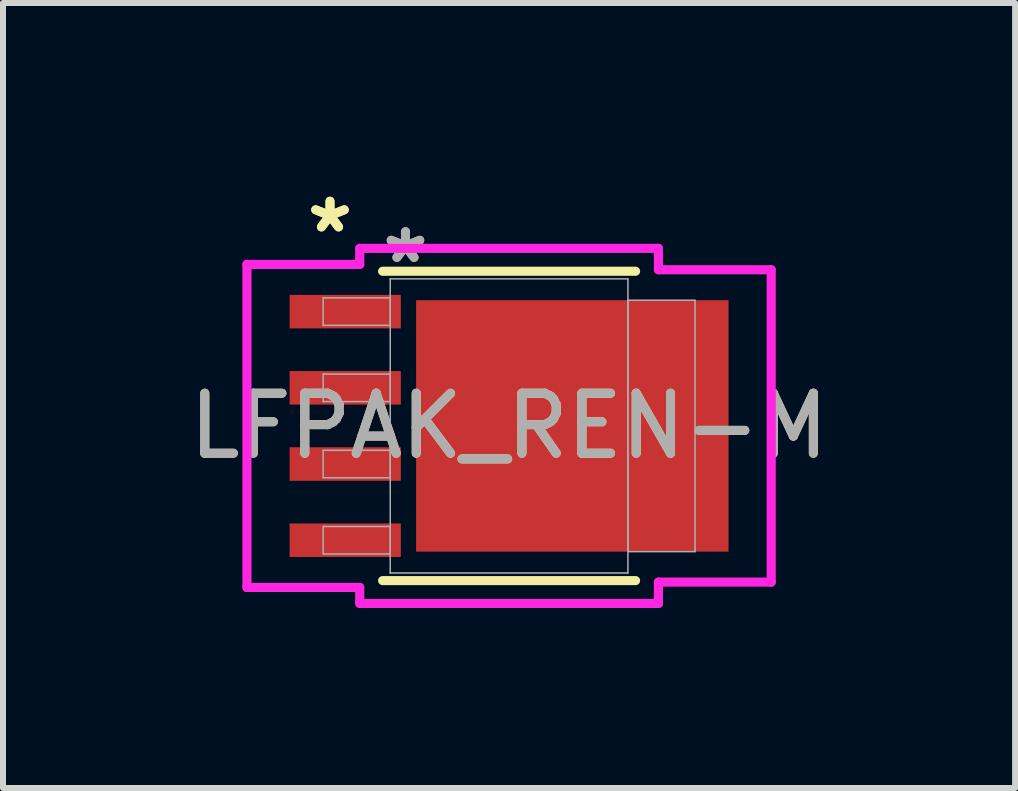
<source format=kicad_pcb>
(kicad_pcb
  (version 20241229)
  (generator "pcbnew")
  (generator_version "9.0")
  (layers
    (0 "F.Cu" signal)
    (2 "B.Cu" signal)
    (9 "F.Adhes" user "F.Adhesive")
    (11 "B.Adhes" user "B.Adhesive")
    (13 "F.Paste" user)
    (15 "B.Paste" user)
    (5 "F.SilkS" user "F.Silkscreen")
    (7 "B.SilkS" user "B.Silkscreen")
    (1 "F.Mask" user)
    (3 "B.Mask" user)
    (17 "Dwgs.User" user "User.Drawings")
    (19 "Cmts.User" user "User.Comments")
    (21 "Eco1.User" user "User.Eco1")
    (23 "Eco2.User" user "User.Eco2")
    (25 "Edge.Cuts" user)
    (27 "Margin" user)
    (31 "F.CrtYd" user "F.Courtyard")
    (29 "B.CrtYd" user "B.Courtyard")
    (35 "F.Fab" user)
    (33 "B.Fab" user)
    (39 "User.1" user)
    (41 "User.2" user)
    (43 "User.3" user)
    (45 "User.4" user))
  (footprint "LFPAK_REN-M"
    (layer "F.Cu")
    (at 5.435 4.049)
    (property "Reference" "LFPAK_REN-M" (at 0 0 0) (unlocked yes) (layer "F.SilkS") (effects (font (size 1 1) (thickness 0.15))))
    (attr smd)
    (fp_line (start -2.108 2.578) (end 2.108 2.578) (stroke (width 0.152) (type solid)) (layer "F.SilkS"))
    (fp_line (start 2.108 -2.578) (end -2.108 -2.578) (stroke (width 0.152) (type solid)) (layer "F.SilkS"))
    (fp_line (start -4.369 -2.692) (end -2.489 -2.692) (stroke (width 0.152) (type solid)) (layer "F.CrtYd"))
    (fp_line (start -4.369 2.692) (end -4.369 -2.692) (stroke (width 0.152) (type solid)) (layer "F.CrtYd"))
    (fp_line (start -2.489 -2.959) (end 2.489 -2.959) (stroke (width 0.152) (type solid)) (layer "F.CrtYd"))
    (fp_line (start -2.489 -2.692) (end -2.489 -2.959) (stroke (width 0.152) (type solid)) (layer "F.CrtYd"))
    (fp_line (start -2.489 2.692) (end -4.369 2.692) (stroke (width 0.152) (type solid)) (layer "F.CrtYd"))
    (fp_line (start -2.489 2.959) (end -2.489 2.692) (stroke (width 0.152) (type solid)) (layer "F.CrtYd"))
    (fp_line (start 2.489 -2.959) (end 2.489 -2.603) (stroke (width 0.152) (type solid)) (layer "F.CrtYd"))
    (fp_line (start 2.489 -2.603) (end 4.369 -2.603) (stroke (width 0.152) (type solid)) (layer "F.CrtYd"))
    (fp_line (start 2.489 2.603) (end 2.489 2.959) (stroke (width 0.152) (type solid)) (layer "F.CrtYd"))
    (fp_line (start 2.489 2.959) (end -2.489 2.959) (stroke (width 0.152) (type solid)) (layer "F.CrtYd"))
    (fp_line (start 4.369 -2.603) (end 4.369 2.603) (stroke (width 0.152) (type solid)) (layer "F.CrtYd"))
    (fp_line (start 4.369 2.603) (end 2.489 2.603) (stroke (width 0.152) (type solid)) (layer "F.CrtYd"))
    (fp_line (start -3.099 -2.134) (end -3.099 -1.676) (stroke (width 0.025) (type solid)) (layer "F.Fab"))
    (fp_line (start -3.099 -1.676) (end -1.981 -1.676) (stroke (width 0.025) (type solid)) (layer "F.Fab"))
    (fp_line (start -3.099 -0.864) (end -3.099 -0.406) (stroke (width 0.025) (type solid)) (layer "F.Fab"))
    (fp_line (start -3.099 -0.406) (end -1.981 -0.406) (stroke (width 0.025) (type solid)) (layer "F.Fab"))
    (fp_line (start -3.099 0.406) (end -3.099 0.864) (stroke (width 0.025) (type solid)) (layer "F.Fab"))
    (fp_line (start -3.099 0.864) (end -1.981 0.864) (stroke (width 0.025) (type solid)) (layer "F.Fab"))
    (fp_line (start -3.099 1.676) (end -3.099 2.134) (stroke (width 0.025) (type solid)) (layer "F.Fab"))
    (fp_line (start -3.099 2.134) (end -1.981 2.134) (stroke (width 0.025) (type solid)) (layer "F.Fab"))
    (fp_line (start -1.981 -2.451) (end -1.981 2.451) (stroke (width 0.025) (type solid)) (layer "F.Fab"))
    (fp_line (start -1.981 -2.134) (end -3.099 -2.134) (stroke (width 0.025) (type solid)) (layer "F.Fab"))
    (fp_line (start -1.981 -1.676) (end -1.981 -2.134) (stroke (width 0.025) (type solid)) (layer "F.Fab"))
    (fp_line (start -1.981 -0.864) (end -3.099 -0.864) (stroke (width 0.025) (type solid)) (layer "F.Fab"))
    (fp_line (start -1.981 -0.406) (end -1.981 -0.864) (stroke (width 0.025) (type solid)) (layer "F.Fab"))
    (fp_line (start -1.981 0.406) (end -3.099 0.406) (stroke (width 0.025) (type solid)) (layer "F.Fab"))
    (fp_line (start -1.981 0.864) (end -1.981 0.406) (stroke (width 0.025) (type solid)) (layer "F.Fab"))
    (fp_line (start -1.981 1.676) (end -3.099 1.676) (stroke (width 0.025) (type solid)) (layer "F.Fab"))
    (fp_line (start -1.981 2.134) (end -1.981 1.676) (stroke (width 0.025) (type solid)) (layer "F.Fab"))
    (fp_line (start -1.981 2.451) (end 1.981 2.451) (stroke (width 0.025) (type solid)) (layer "F.Fab"))
    (fp_line (start 1.981 -2.451) (end -1.981 -2.451) (stroke (width 0.025) (type solid)) (layer "F.Fab"))
    (fp_line (start 1.981 -2.095) (end 1.981 2.095) (stroke (width 0.025) (type solid)) (layer "F.Fab"))
    (fp_line (start 1.981 2.095) (end 3.099 2.095) (stroke (width 0.025) (type solid)) (layer "F.Fab"))
    (fp_line (start 1.981 2.451) (end 1.981 -2.451) (stroke (width 0.025) (type solid)) (layer "F.Fab"))
    (fp_line (start 3.099 -2.095) (end 1.981 -2.095) (stroke (width 0.025) (type solid)) (layer "F.Fab"))
    (fp_line (start 3.099 2.095) (end 3.099 -2.095) (stroke (width 0.025) (type solid)) (layer "F.Fab"))
    (fp_text user "*" (at -2.985 -3.2 0) (layer "F.SilkS") (effects (font (size 1 1) (thickness 0.15))))
    (fp_text user "*" (at -2.985 -3.2 0) (unlocked yes) (layer "F.SilkS") (effects (font (size 1 1) (thickness 0.15))))
    (fp_text user "*" (at -1.727 -2.692 0) (layer "F.Fab") (effects (font (size 1 1) (thickness 0.15))))
    (fp_text user "*" (at -1.727 -2.692 0) (unlocked yes) (layer "F.Fab") (effects (font (size 1 1) (thickness 0.15))))
    (fp_text user "${REFERENCE}" (at 0 0 0) (unlocked yes) (layer "F.Fab") (effects (font (size 1 1) (thickness 0.15))))
    (pad "1" smd rect (at -2.731 -1.905) (size 1.854 0.559) (layers "F.Cu" "F.Mask" "F.Paste"))
    (pad "2" smd rect (at -2.731 -0.635) (size 1.854 0.559) (layers "F.Cu" "F.Mask" "F.Paste"))
    (pad "3" smd rect (at -2.731 0.635) (size 1.854 0.559) (layers "F.Cu" "F.Mask" "F.Paste"))
    (pad "4" smd rect (at -2.731 1.905) (size 1.854 0.559) (layers "F.Cu" "F.Mask" "F.Paste"))
    (pad "5" smd rect (at 1.054 0) (size 5.207 4.191) (layers "F.Cu" "F.Mask" "F.Paste")))
  (gr_rect
    (start -3 -3)
    (end 13.869 10.084)
    (stroke (width 0.1) (type default))
    (fill no)
    (layer "Edge.Cuts")))
</source>
